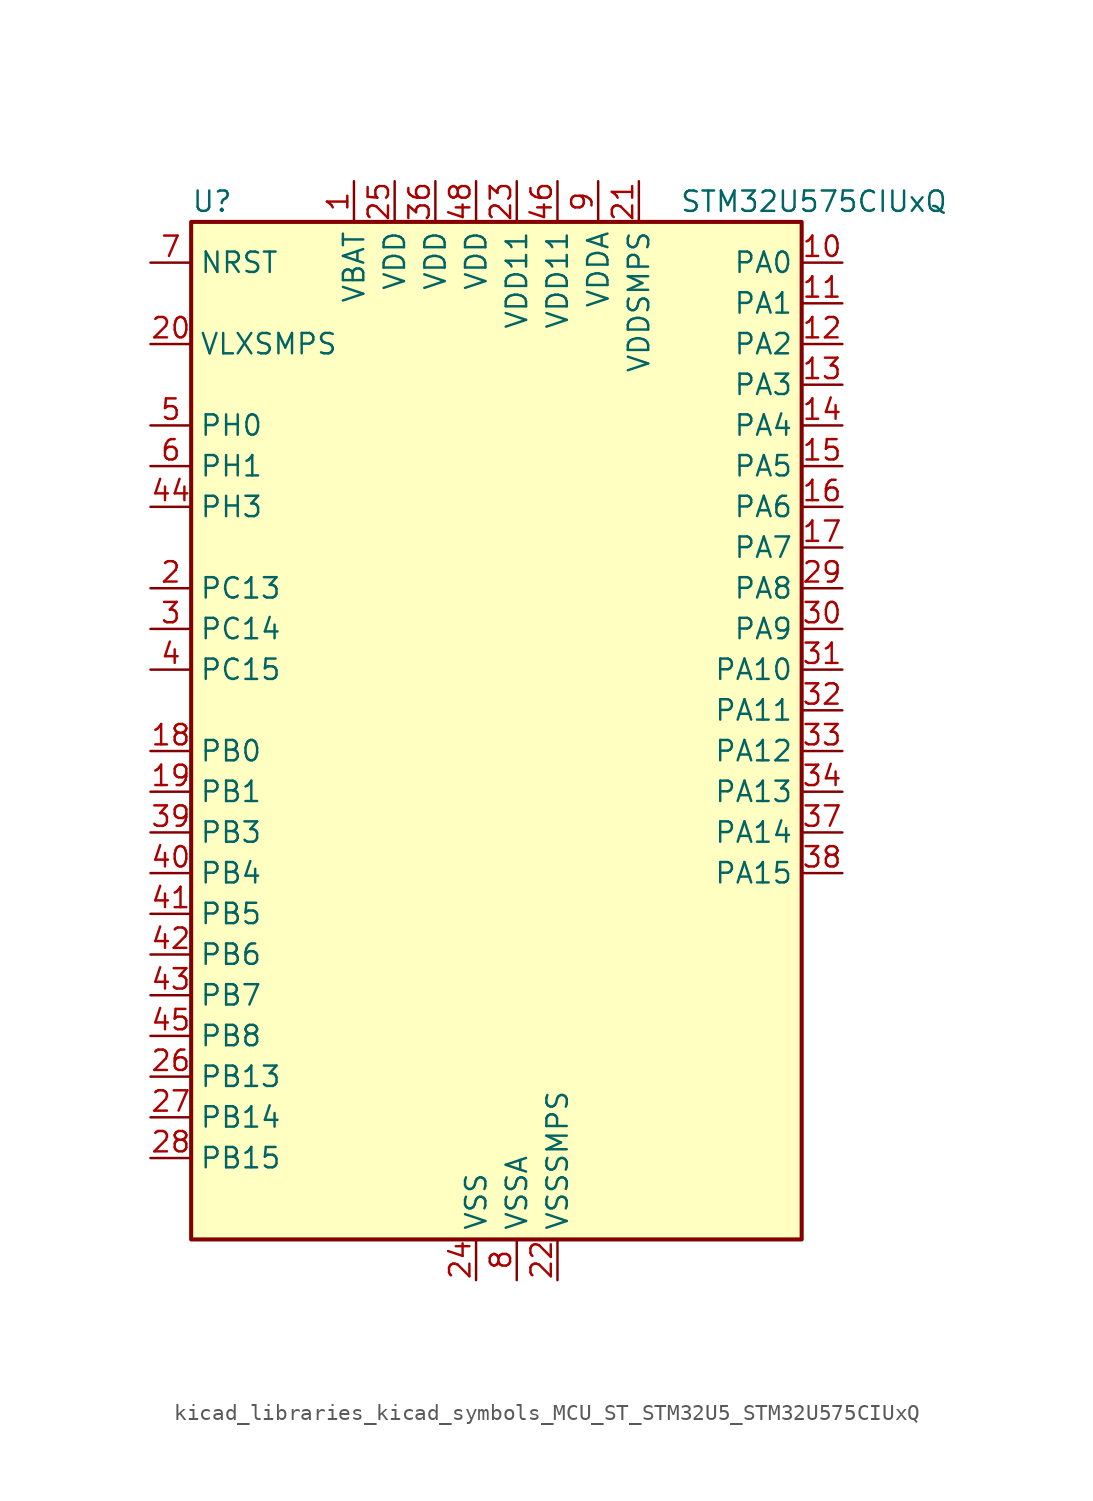
<source format=kicad_sym>
(kicad_symbol_lib
  (version 20220914)
  (generator kicad_symbol_editor)
  (symbol "kicad_libraries_kicad_symbols_MCU_ST_STM32U5_STM32U575CIUxQ"
    (property "Reference" "U"
      (at -17.78 34.29 0)
      (effects (font (size 1.27 1.27)) (justify left)))
    (property "Value" "STM32U575CIUxQ"
      (at 12.7 34.29 0)
      (effects (font (size 1.27 1.27)) (justify left)))
    (property "ki_locked" ""
      (at 0 0 0)
      (effects (font (size 1.27 1.27))))
    (symbol "kicad_libraries_kicad_symbols_MCU_ST_STM32U5_STM32U575CIUxQ_0_1"
      (rectangle (start -17.78 -30.48) (end 20.32 33.02) (stroke (width 0.254) (type default)) (fill (type background))))
    (symbol "kicad_libraries_kicad_symbols_MCU_ST_STM32U5_STM32U575CIUxQ_1_1"
      (pin power_in line (at -7.62 35.56 270) (length 2.54) (name "VBAT" (effects (font (size 1.27 1.27)))) (number "1" (effects (font (size 1.27 1.27)))))
      (pin bidirectional line (at 22.86 30.48 180) (length 2.54) (name "PA0" (effects (font (size 1.27 1.27)))) (number "10" (effects (font (size 1.27 1.27)))) (alternate "ADC1_IN5" bidirectional line) (alternate "AUDIOCLK" bidirectional line) (alternate "OCTOSPIM_P2_NCS" bidirectional line) (alternate "OPAMP1_VINP" bidirectional line) (alternate "PWR_WKUP1" bidirectional line) (alternate "SPI3_RDY" bidirectional line) (alternate "TAMP_IN2" bidirectional line) (alternate "TAMP_OUT1" bidirectional line) (alternate "TIM2_CH1" bidirectional line) (alternate "TIM2_ETR" bidirectional line) (alternate "TIM5_CH1" bidirectional line) (alternate "TIM8_ETR" bidirectional line) (alternate "UART4_TX" bidirectional line) (alternate "USART2_CTS" bidirectional line))
      (pin bidirectional line (at 22.86 27.94 180) (length 2.54) (name "PA1" (effects (font (size 1.27 1.27)))) (number "11" (effects (font (size 1.27 1.27)))) (alternate "ADC1_IN6" bidirectional line) (alternate "I2C1_SMBA" bidirectional line) (alternate "LPTIM1_CH2" bidirectional line) (alternate "OCTOSPIM_P1_DQS" bidirectional line) (alternate "OPAMP1_VINM" bidirectional line) (alternate "PWR_WKUP3" bidirectional line) (alternate "SPI1_SCK" bidirectional line) (alternate "TAMP_IN5" bidirectional line) (alternate "TAMP_OUT4" bidirectional line) (alternate "TIM15_CH1N" bidirectional line) (alternate "TIM2_CH2" bidirectional line) (alternate "TIM5_CH2" bidirectional line) (alternate "UART4_RX" bidirectional line) (alternate "USART2_DE" bidirectional line) (alternate "USART2_RTS" bidirectional line))
      (pin bidirectional line (at 22.86 25.4 180) (length 2.54) (name "PA2" (effects (font (size 1.27 1.27)))) (number "12" (effects (font (size 1.27 1.27)))) (alternate "ADC1_IN7" bidirectional line) (alternate "COMP1_INP" bidirectional line) (alternate "LPUART1_TX" bidirectional line) (alternate "OCTOSPIM_P1_NCS" bidirectional line) (alternate "PWR_WKUP4" bidirectional line) (alternate "RCC_LSCO" bidirectional line) (alternate "SPI1_RDY" bidirectional line) (alternate "TIM15_CH1" bidirectional line) (alternate "TIM2_CH3" bidirectional line) (alternate "TIM5_CH3" bidirectional line) (alternate "UCPD1_FRSTX1" bidirectional line) (alternate "USART2_TX" bidirectional line))
      (pin bidirectional line (at 22.86 22.86 180) (length 2.54) (name "PA3" (effects (font (size 1.27 1.27)))) (number "13" (effects (font (size 1.27 1.27)))) (alternate "ADC1_IN8" bidirectional line) (alternate "LPUART1_RX" bidirectional line) (alternate "OCTOSPIM_P1_CLK" bidirectional line) (alternate "OPAMP1_VOUT" bidirectional line) (alternate "PWR_WKUP5" bidirectional line) (alternate "SAI1_CK1" bidirectional line) (alternate "SAI1_MCLK_A" bidirectional line) (alternate "TIM15_CH2" bidirectional line) (alternate "TIM2_CH4" bidirectional line) (alternate "TIM5_CH4" bidirectional line) (alternate "USART2_RX" bidirectional line))
      (pin bidirectional line (at 22.86 20.32 180) (length 2.54) (name "PA4" (effects (font (size 1.27 1.27)))) (number "14" (effects (font (size 1.27 1.27)))) (alternate "ADC1_IN9" bidirectional line) (alternate "ADC4_IN9" bidirectional line) (alternate "DAC1_OUT1" bidirectional line) (alternate "LPTIM2_CH1" bidirectional line) (alternate "OCTOSPIM_P1_NCS" bidirectional line) (alternate "PWR_WKUP2" bidirectional line) (alternate "SAI1_FS_B" bidirectional line) (alternate "SPI1_NSS" bidirectional line) (alternate "SPI3_NSS" bidirectional line) (alternate "USART2_CK" bidirectional line))
      (pin bidirectional line (at 22.86 17.78 180) (length 2.54) (name "PA5" (effects (font (size 1.27 1.27)))) (number "15" (effects (font (size 1.27 1.27)))) (alternate "ADC1_IN10" bidirectional line) (alternate "ADC4_IN10" bidirectional line) (alternate "DAC1_OUT2" bidirectional line) (alternate "LPTIM2_ETR" bidirectional line) (alternate "PWR_CSLEEP" bidirectional line) (alternate "PWR_WKUP6" bidirectional line) (alternate "SPI1_SCK" bidirectional line) (alternate "TIM2_CH1" bidirectional line) (alternate "TIM2_ETR" bidirectional line) (alternate "TIM8_CH1N" bidirectional line) (alternate "USART3_RX" bidirectional line))
      (pin bidirectional line (at 22.86 15.24 180) (length 2.54) (name "PA6" (effects (font (size 1.27 1.27)))) (number "16" (effects (font (size 1.27 1.27)))) (alternate "ADC1_IN11" bidirectional line) (alternate "ADC4_IN11" bidirectional line) (alternate "LPUART1_CTS" bidirectional line) (alternate "OCTOSPIM_P1_IO3" bidirectional line) (alternate "OPAMP2_VINP" bidirectional line) (alternate "PWR_CDSTOP" bidirectional line) (alternate "PWR_WKUP7" bidirectional line) (alternate "SPI1_MISO" bidirectional line) (alternate "TIM16_CH1" bidirectional line) (alternate "TIM1_BKIN" bidirectional line) (alternate "TIM3_CH1" bidirectional line) (alternate "TIM8_BKIN" bidirectional line) (alternate "USART3_CTS" bidirectional line))
      (pin bidirectional line (at 22.86 12.7 180) (length 2.54) (name "PA7" (effects (font (size 1.27 1.27)))) (number "17" (effects (font (size 1.27 1.27)))) (alternate "ADC1_IN12" bidirectional line) (alternate "ADC4_IN20" bidirectional line) (alternate "I2C3_SCL" bidirectional line) (alternate "LPTIM2_CH2" bidirectional line) (alternate "OCTOSPIM_P1_IO2" bidirectional line) (alternate "OPAMP2_VINM" bidirectional line) (alternate "PWR_SRDSTOP" bidirectional line) (alternate "PWR_WKUP8" bidirectional line) (alternate "SPI1_MOSI" bidirectional line) (alternate "TIM17_CH1" bidirectional line) (alternate "TIM1_CH1N" bidirectional line) (alternate "TIM3_CH2" bidirectional line) (alternate "TIM8_CH1N" bidirectional line) (alternate "USART3_TX" bidirectional line))
      (pin bidirectional line (at -20.32 0 0) (length 2.54) (name "PB0" (effects (font (size 1.27 1.27)))) (number "18" (effects (font (size 1.27 1.27)))) (alternate "ADC1_IN15" bidirectional line) (alternate "ADC4_IN18" bidirectional line) (alternate "AUDIOCLK" bidirectional line) (alternate "COMP1_OUT" bidirectional line) (alternate "LPTIM3_CH1" bidirectional line) (alternate "OCTOSPIM_P1_IO1" bidirectional line) (alternate "OPAMP2_VOUT" bidirectional line) (alternate "SPI1_NSS" bidirectional line) (alternate "TIM1_CH2N" bidirectional line) (alternate "TIM3_CH3" bidirectional line) (alternate "TIM8_CH2N" bidirectional line) (alternate "USART3_CK" bidirectional line))
      (pin bidirectional line (at -20.32 -2.54 0) (length 2.54) (name "PB1" (effects (font (size 1.27 1.27)))) (number "19" (effects (font (size 1.27 1.27)))) (alternate "ADC1_IN16" bidirectional line) (alternate "ADC4_IN19" bidirectional line) (alternate "COMP1_INM" bidirectional line) (alternate "LPTIM2_IN1" bidirectional line) (alternate "LPTIM3_CH2" bidirectional line) (alternate "LPUART1_DE" bidirectional line) (alternate "LPUART1_RTS" bidirectional line) (alternate "MDF1_SDI0" bidirectional line) (alternate "OCTOSPIM_P1_IO0" bidirectional line) (alternate "PWR_WKUP4" bidirectional line) (alternate "TIM1_CH3N" bidirectional line) (alternate "TIM3_CH4" bidirectional line) (alternate "TIM8_CH3N" bidirectional line) (alternate "USART3_DE" bidirectional line) (alternate "USART3_RTS" bidirectional line))
      (pin bidirectional line (at -20.32 10.16 0) (length 2.54) (name "PC13" (effects (font (size 1.27 1.27)))) (number "2" (effects (font (size 1.27 1.27)))) (alternate "PWR_WKUP2" bidirectional line) (alternate "RTC_OUT1" bidirectional line) (alternate "RTC_TS" bidirectional line) (alternate "TAMP_IN1" bidirectional line) (alternate "TAMP_OUT2" bidirectional line))
      (pin power_in line (at -20.32 25.4 0) (length 2.54) (name "VLXSMPS" (effects (font (size 1.27 1.27)))) (number "20" (effects (font (size 1.27 1.27)))))
      (pin power_in line (at 10.16 35.56 270) (length 2.54) (name "VDDSMPS" (effects (font (size 1.27 1.27)))) (number "21" (effects (font (size 1.27 1.27)))))
      (pin power_in line (at 5.08 -33.02 90) (length 2.54) (name "VSSSMPS" (effects (font (size 1.27 1.27)))) (number "22" (effects (font (size 1.27 1.27)))))
      (pin power_in line (at 2.54 35.56 270) (length 2.54) (name "VDD11" (effects (font (size 1.27 1.27)))) (number "23" (effects (font (size 1.27 1.27)))))
      (pin power_in line (at 0 -33.02 90) (length 2.54) (name "VSS" (effects (font (size 1.27 1.27)))) (number "24" (effects (font (size 1.27 1.27)))))
      (pin power_in line (at -5.08 35.56 270) (length 2.54) (name "VDD" (effects (font (size 1.27 1.27)))) (number "25" (effects (font (size 1.27 1.27)))))
      (pin bidirectional line (at -20.32 -20.32 0) (length 2.54) (name "PB13" (effects (font (size 1.27 1.27)))) (number "26" (effects (font (size 1.27 1.27)))) (alternate "I2C2_SCL" bidirectional line) (alternate "LPTIM3_IN1" bidirectional line) (alternate "LPUART1_CTS" bidirectional line) (alternate "MDF1_CKI1" bidirectional line) (alternate "SPI2_SCK" bidirectional line) (alternate "TIM15_CH1N" bidirectional line) (alternate "TIM1_CH1N" bidirectional line) (alternate "TSC_G1_IO2" bidirectional line) (alternate "USART3_CTS" bidirectional line))
      (pin bidirectional line (at -20.32 -22.86 0) (length 2.54) (name "PB14" (effects (font (size 1.27 1.27)))) (number "27" (effects (font (size 1.27 1.27)))) (alternate "I2C2_SDA" bidirectional line) (alternate "LPTIM3_ETR" bidirectional line) (alternate "MDF1_SDI2" bidirectional line) (alternate "SPI2_MISO" bidirectional line) (alternate "TIM15_CH1" bidirectional line) (alternate "TIM1_CH2N" bidirectional line) (alternate "TIM8_CH2N" bidirectional line) (alternate "TSC_G1_IO3" bidirectional line) (alternate "UCPD1_DBCC2" bidirectional line) (alternate "USART3_DE" bidirectional line) (alternate "USART3_RTS" bidirectional line))
      (pin bidirectional line (at -20.32 -25.4 0) (length 2.54) (name "PB15" (effects (font (size 1.27 1.27)))) (number "28" (effects (font (size 1.27 1.27)))) (alternate "ADC1_EXTI15" bidirectional line) (alternate "ADC4_EXTI15" bidirectional line) (alternate "LPTIM2_IN2" bidirectional line) (alternate "MDF1_CKI2" bidirectional line) (alternate "PWR_WKUP7" bidirectional line) (alternate "RTC_REFIN" bidirectional line) (alternate "SPI2_MOSI" bidirectional line) (alternate "TIM15_CH2" bidirectional line) (alternate "TIM1_CH3N" bidirectional line) (alternate "TIM8_CH3N" bidirectional line) (alternate "UCPD1_CC2" bidirectional line))
      (pin bidirectional line (at 22.86 10.16 180) (length 2.54) (name "PA8" (effects (font (size 1.27 1.27)))) (number "29" (effects (font (size 1.27 1.27)))) (alternate "DEBUG_TRACECLK" bidirectional line) (alternate "LPTIM2_CH1" bidirectional line) (alternate "RCC_MCO" bidirectional line) (alternate "SAI1_CK2" bidirectional line) (alternate "SAI1_SCK_A" bidirectional line) (alternate "SPI1_RDY" bidirectional line) (alternate "TIM1_CH1" bidirectional line) (alternate "USART1_CK" bidirectional line) (alternate "USB_OTG_FS_SOF" bidirectional line))
      (pin bidirectional line (at -20.32 7.62 0) (length 2.54) (name "PC14" (effects (font (size 1.27 1.27)))) (number "3" (effects (font (size 1.27 1.27)))) (alternate "RCC_OSC32_IN" bidirectional line))
      (pin bidirectional line (at 22.86 7.62 180) (length 2.54) (name "PA9" (effects (font (size 1.27 1.27)))) (number "30" (effects (font (size 1.27 1.27)))) (alternate "DAC1_EXTI9" bidirectional line) (alternate "SAI1_FS_A" bidirectional line) (alternate "SPI2_SCK" bidirectional line) (alternate "TIM15_BKIN" bidirectional line) (alternate "TIM1_CH2" bidirectional line) (alternate "USART1_TX" bidirectional line) (alternate "USB_OTG_FS_VBUS" bidirectional line))
      (pin bidirectional line (at 22.86 5.08 180) (length 2.54) (name "PA10" (effects (font (size 1.27 1.27)))) (number "31" (effects (font (size 1.27 1.27)))) (alternate "CRS_SYNC" bidirectional line) (alternate "LPTIM2_IN2" bidirectional line) (alternate "SAI1_D1" bidirectional line) (alternate "SAI1_SD_A" bidirectional line) (alternate "TIM17_BKIN" bidirectional line) (alternate "TIM1_CH3" bidirectional line) (alternate "USART1_RX" bidirectional line) (alternate "USB_OTG_FS_ID" bidirectional line))
      (pin bidirectional line (at 22.86 2.54 180) (length 2.54) (name "PA11" (effects (font (size 1.27 1.27)))) (number "32" (effects (font (size 1.27 1.27)))) (alternate "ADC1_EXTI11" bidirectional line) (alternate "FDCAN1_RX" bidirectional line) (alternate "SPI1_MISO" bidirectional line) (alternate "TIM1_BKIN2" bidirectional line) (alternate "TIM1_CH4" bidirectional line) (alternate "USART1_CTS" bidirectional line) (alternate "USB_OTG_FS_DM" bidirectional line))
      (pin bidirectional line (at 22.86 0 180) (length 2.54) (name "PA12" (effects (font (size 1.27 1.27)))) (number "33" (effects (font (size 1.27 1.27)))) (alternate "FDCAN1_TX" bidirectional line) (alternate "OCTOSPIM_P2_NCS" bidirectional line) (alternate "SPI1_MOSI" bidirectional line) (alternate "TIM1_ETR" bidirectional line) (alternate "USART1_DE" bidirectional line) (alternate "USART1_RTS" bidirectional line) (alternate "USB_OTG_FS_DP" bidirectional line))
      (pin bidirectional line (at 22.86 -2.54 180) (length 2.54) (name "PA13" (effects (font (size 1.27 1.27)))) (number "34" (effects (font (size 1.27 1.27)))) (alternate "DEBUG_JTMS-SWDIO" bidirectional line) (alternate "IR_OUT" bidirectional line) (alternate "SAI1_SD_B" bidirectional line) (alternate "USB_OTG_FS_NOE" bidirectional line))
      (pin passive line (at 0 -33.02 90) (length 2.54) hide (name "VSS" (effects (font (size 1.27 1.27)))) (number "35" (effects (font (size 1.27 1.27)))))
      (pin power_in line (at -2.54 35.56 270) (length 2.54) (name "VDD" (effects (font (size 1.27 1.27)))) (number "36" (effects (font (size 1.27 1.27)))))
      (pin bidirectional line (at 22.86 -5.08 180) (length 2.54) (name "PA14" (effects (font (size 1.27 1.27)))) (number "37" (effects (font (size 1.27 1.27)))) (alternate "DEBUG_JTCK-SWCLK" bidirectional line) (alternate "I2C1_SMBA" bidirectional line) (alternate "I2C4_SMBA" bidirectional line) (alternate "LPTIM1_CH1" bidirectional line) (alternate "SAI1_FS_B" bidirectional line) (alternate "USB_OTG_FS_SOF" bidirectional line))
      (pin bidirectional line (at 22.86 -7.62 180) (length 2.54) (name "PA15" (effects (font (size 1.27 1.27)))) (number "38" (effects (font (size 1.27 1.27)))) (alternate "ADC1_EXTI15" bidirectional line) (alternate "ADC4_EXTI15" bidirectional line) (alternate "DEBUG_JTDI" bidirectional line) (alternate "SPI1_NSS" bidirectional line) (alternate "SPI3_NSS" bidirectional line) (alternate "TIM2_CH1" bidirectional line) (alternate "TIM2_ETR" bidirectional line) (alternate "UART4_DE" bidirectional line) (alternate "UART4_RTS" bidirectional line) (alternate "UCPD1_CC1" bidirectional line) (alternate "USART2_RX" bidirectional line) (alternate "USART3_DE" bidirectional line) (alternate "USART3_RTS" bidirectional line))
      (pin bidirectional line (at -20.32 -5.08 0) (length 2.54) (name "PB3" (effects (font (size 1.27 1.27)))) (number "39" (effects (font (size 1.27 1.27)))) (alternate "ADF1_CCK0" bidirectional line) (alternate "COMP2_INM" bidirectional line) (alternate "CRS_SYNC" bidirectional line) (alternate "DEBUG_JTDO-SWO" bidirectional line) (alternate "I2C1_SDA" bidirectional line) (alternate "LPTIM1_CH1" bidirectional line) (alternate "SAI1_SCK_B" bidirectional line) (alternate "SPI1_SCK" bidirectional line) (alternate "SPI3_SCK" bidirectional line) (alternate "TIM2_CH2" bidirectional line) (alternate "USART1_DE" bidirectional line) (alternate "USART1_RTS" bidirectional line))
      (pin bidirectional line (at -20.32 5.08 0) (length 2.54) (name "PC15" (effects (font (size 1.27 1.27)))) (number "4" (effects (font (size 1.27 1.27)))) (alternate "ADC1_EXTI15" bidirectional line) (alternate "ADC4_EXTI15" bidirectional line) (alternate "RCC_OSC32_OUT" bidirectional line))
      (pin bidirectional line (at -20.32 -7.62 0) (length 2.54) (name "PB4" (effects (font (size 1.27 1.27)))) (number "40" (effects (font (size 1.27 1.27)))) (alternate "ADF1_SDI0" bidirectional line) (alternate "COMP2_INP" bidirectional line) (alternate "DEBUG_JTRST" bidirectional line) (alternate "I2C3_SDA" bidirectional line) (alternate "LPTIM1_CH2" bidirectional line) (alternate "SAI1_MCLK_B" bidirectional line) (alternate "SPI1_MISO" bidirectional line) (alternate "SPI3_MISO" bidirectional line) (alternate "TIM17_BKIN" bidirectional line) (alternate "TIM3_CH1" bidirectional line) (alternate "TSC_G2_IO1" bidirectional line) (alternate "USART1_CTS" bidirectional line))
      (pin bidirectional line (at -20.32 -10.16 0) (length 2.54) (name "PB5" (effects (font (size 1.27 1.27)))) (number "41" (effects (font (size 1.27 1.27)))) (alternate "COMP2_OUT" bidirectional line) (alternate "I2C1_SMBA" bidirectional line) (alternate "LPTIM1_IN1" bidirectional line) (alternate "OCTOSPIM_P1_NCLK" bidirectional line) (alternate "PWR_WKUP6" bidirectional line) (alternate "SAI1_SD_B" bidirectional line) (alternate "SPI1_MOSI" bidirectional line) (alternate "SPI3_MOSI" bidirectional line) (alternate "TIM16_BKIN" bidirectional line) (alternate "TIM3_CH2" bidirectional line) (alternate "TSC_G2_IO2" bidirectional line) (alternate "UCPD1_DBCC1" bidirectional line) (alternate "USART1_CK" bidirectional line))
      (pin bidirectional line (at -20.32 -12.7 0) (length 2.54) (name "PB6" (effects (font (size 1.27 1.27)))) (number "42" (effects (font (size 1.27 1.27)))) (alternate "COMP2_INP" bidirectional line) (alternate "I2C1_SCL" bidirectional line) (alternate "I2C4_SCL" bidirectional line) (alternate "LPTIM1_ETR" bidirectional line) (alternate "MDF1_SDI5" bidirectional line) (alternate "PWR_WKUP3" bidirectional line) (alternate "SAI1_FS_B" bidirectional line) (alternate "TIM16_CH1N" bidirectional line) (alternate "TIM4_CH1" bidirectional line) (alternate "TIM8_BKIN2" bidirectional line) (alternate "TSC_G2_IO3" bidirectional line) (alternate "USART1_TX" bidirectional line))
      (pin bidirectional line (at -20.32 -15.24 0) (length 2.54) (name "PB7" (effects (font (size 1.27 1.27)))) (number "43" (effects (font (size 1.27 1.27)))) (alternate "COMP2_INM" bidirectional line) (alternate "I2C1_SDA" bidirectional line) (alternate "I2C4_SDA" bidirectional line) (alternate "LPTIM1_IN2" bidirectional line) (alternate "MDF1_CKI5" bidirectional line) (alternate "PWR_PVD_IN" bidirectional line) (alternate "PWR_WKUP4" bidirectional line) (alternate "TIM17_CH1N" bidirectional line) (alternate "TIM4_CH2" bidirectional line) (alternate "TIM8_BKIN" bidirectional line) (alternate "TSC_G2_IO4" bidirectional line) (alternate "UART4_CTS" bidirectional line) (alternate "USART1_RX" bidirectional line))
      (pin bidirectional line (at -20.32 15.24 0) (length 2.54) (name "PH3" (effects (font (size 1.27 1.27)))) (number "44" (effects (font (size 1.27 1.27)))))
      (pin bidirectional line (at -20.32 -17.78 0) (length 2.54) (name "PB8" (effects (font (size 1.27 1.27)))) (number "45" (effects (font (size 1.27 1.27)))) (alternate "FDCAN1_RX" bidirectional line) (alternate "I2C1_SCL" bidirectional line) (alternate "MDF1_CCK0" bidirectional line) (alternate "PWR_WKUP5" bidirectional line) (alternate "SAI1_CK1" bidirectional line) (alternate "SAI1_MCLK_A" bidirectional line) (alternate "SPI3_RDY" bidirectional line) (alternate "TIM16_CH1" bidirectional line) (alternate "TIM4_CH3" bidirectional line))
      (pin power_in line (at 5.08 35.56 270) (length 2.54) (name "VDD11" (effects (font (size 1.27 1.27)))) (number "46" (effects (font (size 1.27 1.27)))))
      (pin passive line (at 0 -33.02 90) (length 2.54) hide (name "VSS" (effects (font (size 1.27 1.27)))) (number "47" (effects (font (size 1.27 1.27)))))
      (pin power_in line (at 0 35.56 270) (length 2.54) (name "VDD" (effects (font (size 1.27 1.27)))) (number "48" (effects (font (size 1.27 1.27)))))
      (pin passive line (at 0 -33.02 90) (length 2.54) hide (name "VSS" (effects (font (size 1.27 1.27)))) (number "49" (effects (font (size 1.27 1.27)))))
      (pin bidirectional line (at -20.32 20.32 0) (length 2.54) (name "PH0" (effects (font (size 1.27 1.27)))) (number "5" (effects (font (size 1.27 1.27)))) (alternate "RCC_OSC_IN" bidirectional line))
      (pin bidirectional line (at -20.32 17.78 0) (length 2.54) (name "PH1" (effects (font (size 1.27 1.27)))) (number "6" (effects (font (size 1.27 1.27)))) (alternate "RCC_OSC_OUT" bidirectional line))
      (pin input line (at -20.32 30.48 0) (length 2.54) (name "NRST" (effects (font (size 1.27 1.27)))) (number "7" (effects (font (size 1.27 1.27)))))
      (pin power_in line (at 2.54 -33.02 90) (length 2.54) (name "VSSA" (effects (font (size 1.27 1.27)))) (number "8" (effects (font (size 1.27 1.27)))))
      (pin power_in line (at 7.62 35.56 270) (length 2.54) (name "VDDA" (effects (font (size 1.27 1.27)))) (number "9" (effects (font (size 1.27 1.27))))))))
</source>
